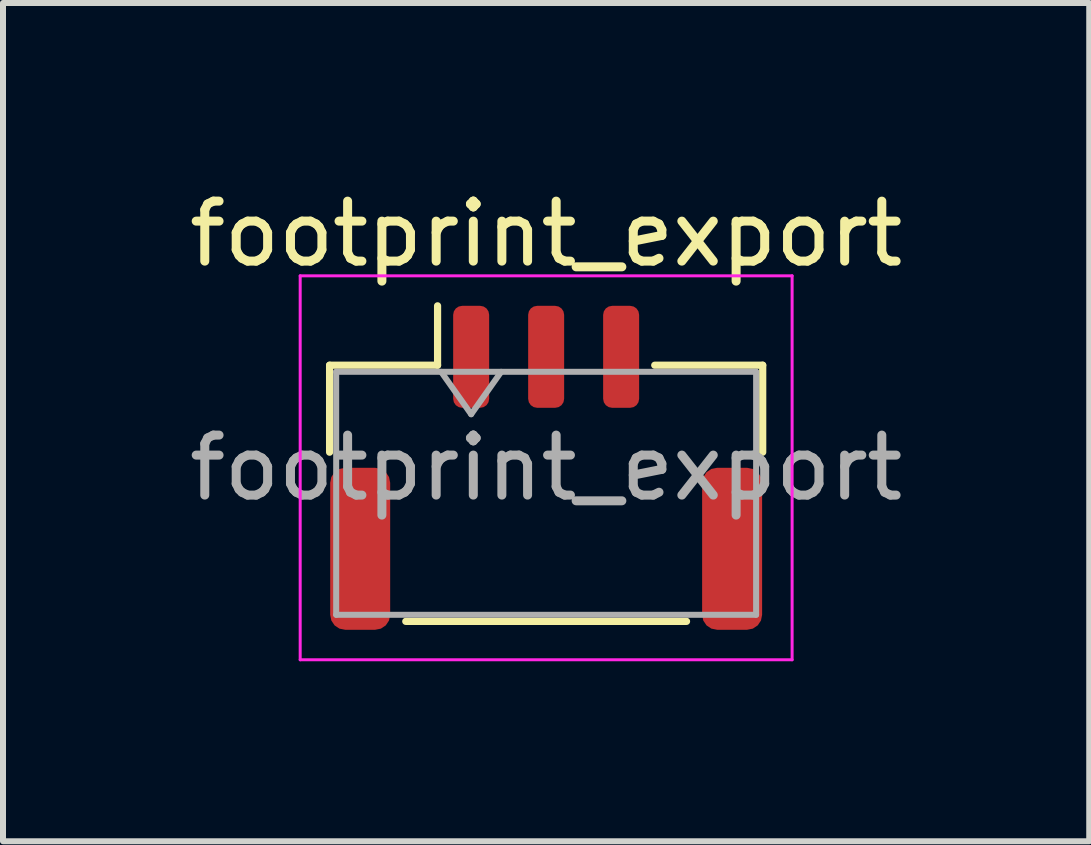
<source format=kicad_pcb>
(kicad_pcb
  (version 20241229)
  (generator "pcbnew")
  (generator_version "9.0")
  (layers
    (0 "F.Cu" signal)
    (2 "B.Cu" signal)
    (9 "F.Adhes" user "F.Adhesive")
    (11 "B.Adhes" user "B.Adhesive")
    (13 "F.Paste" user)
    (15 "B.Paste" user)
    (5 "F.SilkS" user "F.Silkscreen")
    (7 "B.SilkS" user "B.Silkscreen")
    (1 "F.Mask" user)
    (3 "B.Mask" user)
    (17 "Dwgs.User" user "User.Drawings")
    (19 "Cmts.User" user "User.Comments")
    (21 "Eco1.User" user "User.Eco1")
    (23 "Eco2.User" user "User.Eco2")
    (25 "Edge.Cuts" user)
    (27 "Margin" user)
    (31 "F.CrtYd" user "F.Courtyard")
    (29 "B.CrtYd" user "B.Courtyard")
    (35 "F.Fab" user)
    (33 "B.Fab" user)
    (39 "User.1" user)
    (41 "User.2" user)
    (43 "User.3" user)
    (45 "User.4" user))
  (footprint "footprint_export"
    (layer "F.Cu")
    (at 6.054 4.748)
    (property "Reference" "footprint_export" (at 0 -3.9 0) (layer "F.SilkS") (effects (font (size 1 1) (thickness 0.15))))
    (attr smd)
    (fp_line (start -3.61 -1.71) (end -1.81 -1.71) (stroke (width 0.12) (type solid)) (layer "F.SilkS"))
    (fp_line (start -3.61 -0.26) (end -3.61 -1.71) (stroke (width 0.12) (type solid)) (layer "F.SilkS"))
    (fp_line (start -2.34 2.56) (end 2.34 2.56) (stroke (width 0.12) (type solid)) (layer "F.SilkS"))
    (fp_line (start -1.81 -1.71) (end -1.81 -2.7) (stroke (width 0.12) (type solid)) (layer "F.SilkS"))
    (fp_line (start 3.61 -1.71) (end 1.81 -1.71) (stroke (width 0.12) (type solid)) (layer "F.SilkS"))
    (fp_line (start 3.61 -0.26) (end 3.61 -1.71) (stroke (width 0.12) (type solid)) (layer "F.SilkS"))
    (fp_line (start -4.1 -3.2) (end -4.1 3.2) (stroke (width 0.05) (type solid)) (layer "F.CrtYd"))
    (fp_line (start -4.1 3.2) (end 4.1 3.2) (stroke (width 0.05) (type solid)) (layer "F.CrtYd"))
    (fp_line (start 4.1 -3.2) (end -4.1 -3.2) (stroke (width 0.05) (type solid)) (layer "F.CrtYd"))
    (fp_line (start 4.1 3.2) (end 4.1 -3.2) (stroke (width 0.05) (type solid)) (layer "F.CrtYd"))
    (fp_line (start -3.5 -1.6) (end -3.5 2.45) (stroke (width 0.1) (type solid)) (layer "F.Fab"))
    (fp_line (start -3.5 -1.6) (end 3.5 -1.6) (stroke (width 0.1) (type solid)) (layer "F.Fab"))
    (fp_line (start -3.5 2.45) (end 3.5 2.45) (stroke (width 0.1) (type solid)) (layer "F.Fab"))
    (fp_line (start -1.75 -1.6) (end -1.25 -0.893) (stroke (width 0.1) (type solid)) (layer "F.Fab"))
    (fp_line (start -1.25 -0.893) (end -0.75 -1.6) (stroke (width 0.1) (type solid)) (layer "F.Fab"))
    (fp_line (start 3.5 -1.6) (end 3.5 2.45) (stroke (width 0.1) (type solid)) (layer "F.Fab"))
    (fp_text user "${REFERENCE}" (at 0 0 0) (layer "F.Fab") (effects (font (size 1 1) (thickness 0.15))))
    (pad "1" smd roundrect (at -1.25 -1.85) (size 0.6 1.7) (layers "F.Cu" "F.Mask" "F.Paste") (roundrect_rratio 0.25))
    (pad "2" smd roundrect (at 0 -1.85) (size 0.6 1.7) (layers "F.Cu" "F.Mask" "F.Paste") (roundrect_rratio 0.25))
    (pad "3" smd roundrect (at 1.25 -1.85) (size 0.6 1.7) (layers "F.Cu" "F.Mask" "F.Paste") (roundrect_rratio 0.25))
    (pad "MP" smd roundrect (at -3.1 1.35) (size 1 2.7) (layers "F.Cu" "F.Mask" "F.Paste") (roundrect_rratio 0.25))
    (pad "MP" smd roundrect (at 3.1 1.35) (size 1 2.7) (layers "F.Cu" "F.Mask" "F.Paste") (roundrect_rratio 0.25)))
  (gr_rect
    (start -3 -3)
    (end 15.107 10.973)
    (stroke (width 0.1) (type default))
    (fill no)
    (layer "Edge.Cuts")))
</source>
